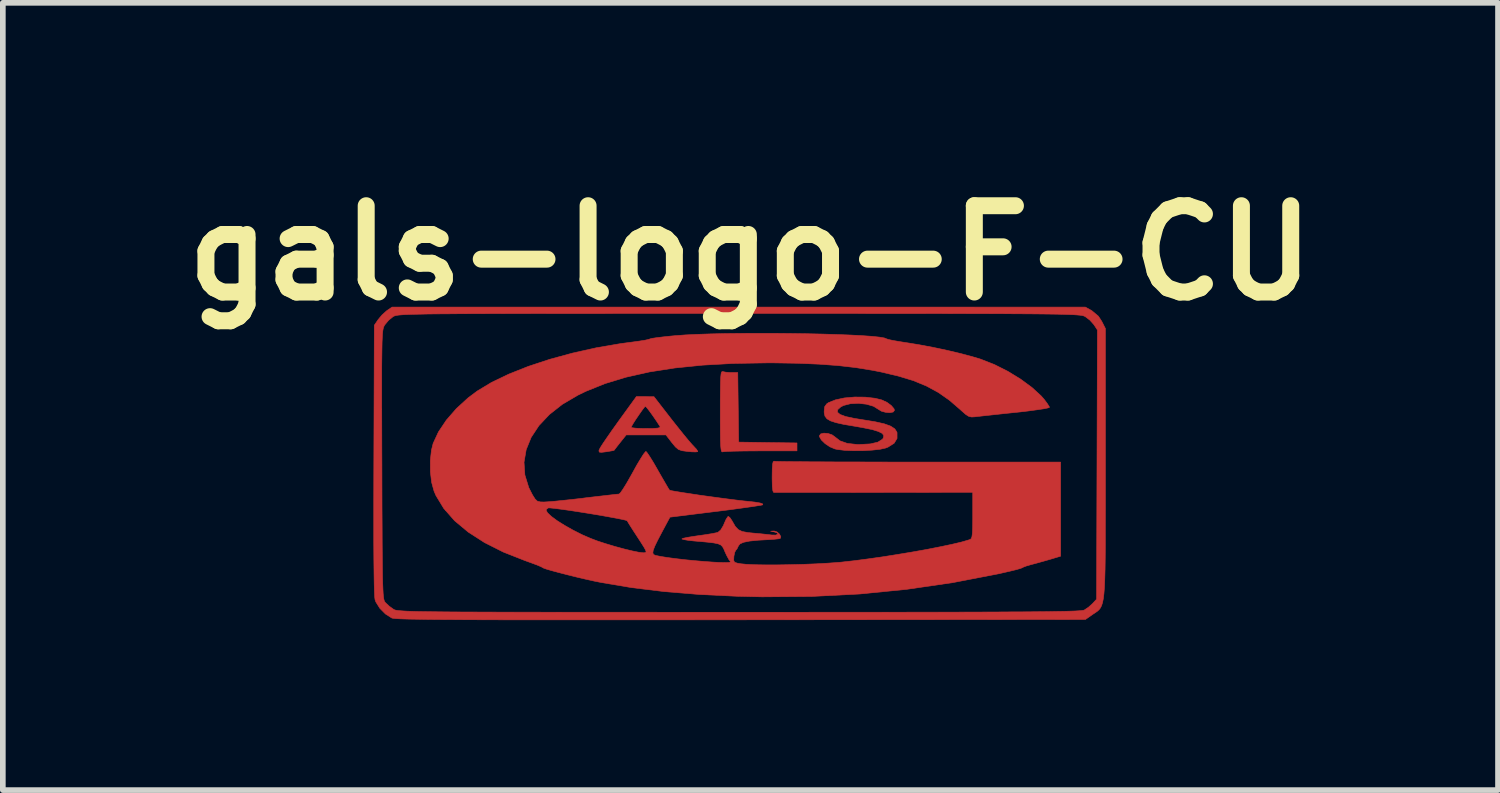
<source format=kicad_pcb>
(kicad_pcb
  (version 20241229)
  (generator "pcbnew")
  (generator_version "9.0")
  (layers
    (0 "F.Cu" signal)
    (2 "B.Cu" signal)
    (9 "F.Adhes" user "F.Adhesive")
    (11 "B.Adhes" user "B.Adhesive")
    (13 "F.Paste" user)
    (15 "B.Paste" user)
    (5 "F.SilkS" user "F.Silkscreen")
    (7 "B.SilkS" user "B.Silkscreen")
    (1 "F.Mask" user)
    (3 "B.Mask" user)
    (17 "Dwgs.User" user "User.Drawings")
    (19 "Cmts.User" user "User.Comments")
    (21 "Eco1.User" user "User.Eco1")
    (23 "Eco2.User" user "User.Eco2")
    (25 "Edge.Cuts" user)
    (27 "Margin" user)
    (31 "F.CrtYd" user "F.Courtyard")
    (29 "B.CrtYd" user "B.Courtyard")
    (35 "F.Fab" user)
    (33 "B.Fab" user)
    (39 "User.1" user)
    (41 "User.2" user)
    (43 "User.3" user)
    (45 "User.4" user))
  (footprint "gals-logo-F-CU"
    (layer "F.Cu")
    (at 10.038 5.139)
    (property "Reference" "gals-logo-F-CU" (at 0.165 -3.721 0) (layer "F.SilkS") (effects (font (size 1.524 1.524) (thickness 0.3))))
    (attr through_hole)
    (fp_poly (pts (xy -0.322 -1.626) (xy -0.266 -1.615) (xy -0.183 -1.609) (xy -0.168 -1.609) (xy -0.058 -1.609) (xy -0.042 -0.381) (xy 0.473 -0.373) (xy 0.988 -0.366) (xy 0.988 -0.226) (xy 0.355 -0.226) (xy 0.17 -0.225) (xy 0.002 -0.223) (xy -0.14 -0.22) (xy -0.247 -0.216) (xy -0.31 -0.211) (xy -0.322 -0.209) (xy -0.336 -0.208) (xy -0.346 -0.222) (xy -0.354 -0.258) (xy -0.36 -0.32) (xy -0.364 -0.415) (xy -0.366 -0.55) (xy -0.367 -0.73) (xy -0.367 -0.917) (xy -0.367 -1.139) (xy -0.365 -1.311) (xy -0.363 -1.438) (xy -0.359 -1.527) (xy -0.353 -1.585) (xy -0.345 -1.616) (xy -0.334 -1.627) (xy -0.322 -1.626)) (stroke (width 0.01) (type solid)) (fill yes) (layer "F.Cu"))
    (fp_poly (pts (xy -1.693 -1.184) (xy -1.538 -1.183) (xy -1.228 -0.783) (xy -1.121 -0.648) (xy -1.021 -0.523) (xy -0.934 -0.417) (xy -0.867 -0.34) (xy -0.834 -0.305) (xy -0.786 -0.253) (xy -0.765 -0.218) (xy -0.766 -0.212) (xy -0.8 -0.207) (xy -0.872 -0.209) (xy -0.948 -0.216) (xy -1.043 -0.229) (xy -1.106 -0.251) (xy -1.158 -0.295) (xy -1.221 -0.371) (xy -1.327 -0.508) (xy -2.028 -0.508) (xy -2.135 -0.374) (xy -2.191 -0.303) (xy -2.23 -0.252) (xy -2.243 -0.235) (xy -2.268 -0.229) (xy -2.333 -0.218) (xy -2.382 -0.21) (xy -2.464 -0.2) (xy -2.502 -0.204) (xy -2.51 -0.224) (xy -2.506 -0.243) (xy -2.486 -0.282) (xy -2.438 -0.358) (xy -2.366 -0.463) (xy -2.278 -0.59) (xy -2.24 -0.643) (xy -1.943 -0.643) (xy -1.921 -0.634) (xy -1.854 -0.626) (xy -1.754 -0.622) (xy -1.68 -0.621) (xy -1.552 -0.622) (xy -1.472 -0.628) (xy -1.434 -0.638) (xy -1.43 -0.655) (xy -1.431 -0.657) (xy -1.495 -0.755) (xy -1.561 -0.851) (xy -1.621 -0.934) (xy -1.667 -0.992) (xy -1.69 -1.014) (xy -1.69 -1.014) (xy -1.711 -0.992) (xy -1.753 -0.936) (xy -1.806 -0.86) (xy -1.861 -0.779) (xy -1.908 -0.705) (xy -1.938 -0.652) (xy -1.943 -0.643) (xy -2.24 -0.643) (xy -2.178 -0.73) (xy -2.171 -0.74) (xy -1.849 -1.184) (xy -1.693 -1.184)) (stroke (width 0.01) (type solid)) (fill yes) (layer "F.Cu"))
    (fp_poly (pts (xy 2.193 -1.175) (xy 2.367 -1.155) (xy 2.484 -1.126) (xy 2.577 -1.083) (xy 2.654 -1.026) (xy 2.702 -0.969) (xy 2.709 -0.941) (xy 2.686 -0.912) (xy 2.627 -0.901) (xy 2.552 -0.907) (xy 2.479 -0.927) (xy 2.429 -0.958) (xy 2.339 -1.014) (xy 2.215 -1.05) (xy 2.073 -1.066) (xy 1.933 -1.059) (xy 1.811 -1.028) (xy 1.762 -1.003) (xy 1.707 -0.954) (xy 1.701 -0.91) (xy 1.747 -0.87) (xy 1.845 -0.833) (xy 1.998 -0.8) (xy 2.159 -0.774) (xy 2.369 -0.74) (xy 2.529 -0.704) (xy 2.642 -0.663) (xy 2.715 -0.615) (xy 2.752 -0.558) (xy 2.755 -0.547) (xy 2.755 -0.445) (xy 2.703 -0.36) (xy 2.598 -0.294) (xy 2.553 -0.276) (xy 2.455 -0.254) (xy 2.316 -0.239) (xy 2.156 -0.23) (xy 1.989 -0.229) (xy 1.834 -0.235) (xy 1.706 -0.25) (xy 1.658 -0.26) (xy 1.57 -0.297) (xy 1.485 -0.354) (xy 1.418 -0.419) (xy 1.384 -0.479) (xy 1.383 -0.491) (xy 1.406 -0.525) (xy 1.463 -0.539) (xy 1.537 -0.533) (xy 1.608 -0.509) (xy 1.654 -0.476) (xy 1.748 -0.403) (xy 1.876 -0.358) (xy 2.047 -0.339) (xy 2.097 -0.339) (xy 2.283 -0.349) (xy 2.416 -0.38) (xy 2.497 -0.431) (xy 2.513 -0.454) (xy 2.521 -0.497) (xy 2.493 -0.535) (xy 2.425 -0.569) (xy 2.312 -0.603) (xy 2.15 -0.636) (xy 2.008 -0.661) (xy 1.818 -0.693) (xy 1.678 -0.724) (xy 1.58 -0.756) (xy 1.517 -0.793) (xy 1.482 -0.839) (xy 1.469 -0.896) (xy 1.468 -0.926) (xy 1.477 -1.006) (xy 1.513 -1.056) (xy 1.545 -1.078) (xy 1.667 -1.127) (xy 1.826 -1.161) (xy 2.007 -1.177) (xy 2.193 -1.175)) (stroke (width 0.01) (type solid)) (fill yes) (layer "F.Cu"))
    (fp_poly (pts (xy 6.082 -2.765) (xy 6.195 -2.702) (xy 6.311 -2.605) (xy 6.371 -2.513) (xy 6.435 -2.387) (xy 6.435 -0.023) (xy 6.435 0.412) (xy 6.435 0.795) (xy 6.434 1.128) (xy 6.434 1.415) (xy 6.432 1.661) (xy 6.429 1.868) (xy 6.424 2.04) (xy 6.418 2.182) (xy 6.409 2.296) (xy 6.398 2.386) (xy 6.384 2.455) (xy 6.367 2.508) (xy 6.347 2.548) (xy 6.323 2.579) (xy 6.296 2.604) (xy 6.264 2.627) (xy 6.227 2.651) (xy 6.212 2.661) (xy 6.082 2.752) (xy 0 2.758) (xy -0.709 2.758) (xy -1.363 2.759) (xy -1.964 2.759) (xy -2.516 2.759) (xy -3.019 2.759) (xy -3.476 2.759) (xy -3.889 2.759) (xy -4.259 2.758) (xy -4.59 2.757) (xy -4.882 2.756) (xy -5.139 2.754) (xy -5.361 2.753) (xy -5.551 2.751) (xy -5.712 2.748) (xy -5.845 2.746) (xy -5.952 2.743) (xy -6.035 2.74) (xy -6.097 2.736) (xy -6.138 2.732) (xy -6.163 2.728) (xy -6.168 2.726) (xy -6.28 2.655) (xy -6.38 2.554) (xy -6.45 2.442) (xy -6.464 2.404) (xy -6.47 2.358) (xy -6.475 2.265) (xy -6.479 2.123) (xy -6.482 1.931) (xy -6.485 1.689) (xy -6.487 1.395) (xy -6.487 1.048) (xy -6.487 0.648) (xy -6.486 0.192) (xy -6.485 -0.073) (xy -6.481 -1.255) (xy -6.346 -1.255) (xy -6.346 -0.963) (xy -6.345 -0.624) (xy -6.344 -0.234) (xy -6.343 0.018) (xy -6.342 0.439) (xy -6.341 0.807) (xy -6.339 1.126) (xy -6.338 1.4) (xy -6.336 1.632) (xy -6.334 1.825) (xy -6.332 1.984) (xy -6.329 2.112) (xy -6.325 2.213) (xy -6.321 2.29) (xy -6.316 2.347) (xy -6.31 2.388) (xy -6.303 2.416) (xy -6.295 2.436) (xy -6.285 2.449) (xy -6.279 2.456) (xy -6.214 2.517) (xy -6.138 2.572) (xy -6.127 2.578) (xy -6.113 2.584) (xy -6.092 2.589) (xy -6.064 2.593) (xy -6.025 2.597) (xy -5.973 2.601) (xy -5.907 2.605) (xy -5.823 2.608) (xy -5.72 2.611) (xy -5.596 2.613) (xy -5.447 2.615) (xy -5.273 2.617) (xy -5.07 2.619) (xy -4.836 2.62) (xy -4.569 2.621) (xy -4.267 2.622) (xy -3.928 2.623) (xy -3.549 2.623) (xy -3.128 2.624) (xy -2.663 2.624) (xy -2.151 2.624) (xy -1.59 2.624) (xy -0.979 2.625) (xy -0.314 2.625) (xy -0.034 2.625) (xy 0.665 2.625) (xy 1.309 2.624) (xy 1.901 2.624) (xy 2.443 2.624) (xy 2.937 2.623) (xy 3.385 2.623) (xy 3.789 2.622) (xy 4.152 2.621) (xy 4.476 2.62) (xy 4.762 2.618) (xy 5.013 2.617) (xy 5.232 2.615) (xy 5.419 2.613) (xy 5.577 2.61) (xy 5.709 2.608) (xy 5.817 2.605) (xy 5.902 2.602) (xy 5.967 2.598) (xy 6.013 2.594) (xy 6.044 2.59) (xy 6.061 2.586) (xy 6.062 2.585) (xy 6.136 2.536) (xy 6.208 2.471) (xy 6.209 2.47) (xy 6.279 2.394) (xy 6.294 -2.361) (xy 6.23 -2.458) (xy 6.161 -2.535) (xy 6.078 -2.598) (xy 6.067 -2.603) (xy 6.054 -2.609) (xy 6.035 -2.614) (xy 6.01 -2.619) (xy 5.975 -2.623) (xy 5.928 -2.627) (xy 5.867 -2.631) (xy 5.789 -2.634) (xy 5.693 -2.637) (xy 5.577 -2.64) (xy 5.437 -2.642) (xy 5.272 -2.644) (xy 5.079 -2.646) (xy 4.857 -2.647) (xy 4.602 -2.649) (xy 4.314 -2.65) (xy 3.988 -2.65) (xy 3.624 -2.651) (xy 3.218 -2.652) (xy 2.769 -2.652) (xy 2.274 -2.652) (xy 1.732 -2.653) (xy 1.139 -2.653) (xy 0.494 -2.653) (xy -0.042 -2.653) (xy -0.728 -2.653) (xy -1.359 -2.653) (xy -1.939 -2.653) (xy -2.469 -2.652) (xy -2.952 -2.652) (xy -3.389 -2.652) (xy -3.784 -2.651) (xy -4.138 -2.651) (xy -4.453 -2.65) (xy -4.733 -2.649) (xy -4.979 -2.648) (xy -5.193 -2.646) (xy -5.379 -2.645) (xy -5.537 -2.643) (xy -5.67 -2.64) (xy -5.781 -2.638) (xy -5.872 -2.635) (xy -5.945 -2.632) (xy -6.003 -2.628) (xy -6.047 -2.624) (xy -6.08 -2.619) (xy -6.104 -2.614) (xy -6.121 -2.609) (xy -6.134 -2.603) (xy -6.146 -2.597) (xy -6.146 -2.597) (xy -6.225 -2.532) (xy -6.292 -2.452) (xy -6.294 -2.449) (xy -6.304 -2.431) (xy -6.313 -2.411) (xy -6.32 -2.385) (xy -6.327 -2.348) (xy -6.332 -2.298) (xy -6.336 -2.231) (xy -6.34 -2.143) (xy -6.342 -2.029) (xy -6.344 -1.888) (xy -6.346 -1.714) (xy -6.346 -1.504) (xy -6.346 -1.255) (xy -6.481 -1.255) (xy -6.477 -2.445) (xy -6.409 -2.545) (xy -6.341 -2.626) (xy -6.264 -2.696) (xy -6.252 -2.705) (xy -6.163 -2.766) (xy 6.082 -2.765)) (stroke (width 0.01) (type solid)) (fill yes) (layer "F.Cu"))
    (fp_poly (pts (xy 0.58 -2.302) (xy 0.873 -2.299) (xy 1.16 -2.295) (xy 1.435 -2.289) (xy 1.694 -2.281) (xy 1.929 -2.272) (xy 2.137 -2.261) (xy 2.31 -2.249) (xy 2.443 -2.235) (xy 2.532 -2.22) (xy 2.568 -2.205) (xy 2.6 -2.194) (xy 2.677 -2.177) (xy 2.786 -2.158) (xy 2.918 -2.137) (xy 2.921 -2.137) (xy 3.148 -2.1) (xy 3.393 -2.054) (xy 3.642 -2.001) (xy 3.879 -1.945) (xy 4.088 -1.889) (xy 4.231 -1.846) (xy 4.471 -1.752) (xy 4.71 -1.632) (xy 4.936 -1.494) (xy 5.136 -1.347) (xy 5.299 -1.198) (xy 5.355 -1.134) (xy 5.407 -1.064) (xy 5.441 -1.011) (xy 5.447 -0.994) (xy 5.42 -0.984) (xy 5.345 -0.969) (xy 5.231 -0.952) (xy 5.084 -0.932) (xy 4.914 -0.912) (xy 4.847 -0.905) (xy 4.662 -0.886) (xy 4.488 -0.867) (xy 4.338 -0.851) (xy 4.22 -0.838) (xy 4.145 -0.83) (xy 4.135 -0.828) (xy 4.073 -0.824) (xy 4.023 -0.835) (xy 3.97 -0.868) (xy 3.898 -0.931) (xy 3.866 -0.96) (xy 3.679 -1.121) (xy 3.485 -1.257) (xy 3.277 -1.37) (xy 3.045 -1.466) (xy 2.778 -1.547) (xy 2.469 -1.62) (xy 2.321 -1.649) (xy 2.032 -1.696) (xy 1.722 -1.732) (xy 1.383 -1.757) (xy 1.007 -1.773) (xy 0.585 -1.78) (xy 0.452 -1.78) (xy -0.138 -1.77) (xy -0.677 -1.74) (xy -1.17 -1.69) (xy -1.619 -1.62) (xy -2.028 -1.528) (xy -2.4 -1.415) (xy -2.738 -1.279) (xy -2.879 -1.211) (xy -3.155 -1.049) (xy -3.385 -0.868) (xy -3.57 -0.672) (xy -3.707 -0.464) (xy -3.795 -0.247) (xy -3.833 -0.025) (xy -3.818 0.2) (xy -3.749 0.423) (xy -3.684 0.551) (xy -3.637 0.625) (xy -3.597 0.663) (xy -3.541 0.676) (xy -3.477 0.677) (xy -3.408 0.673) (xy -3.295 0.664) (xy -3.147 0.649) (xy -2.976 0.631) (xy -2.793 0.61) (xy -2.766 0.606) (xy -2.59 0.585) (xy -2.432 0.567) (xy -2.302 0.552) (xy -2.207 0.541) (xy -2.158 0.537) (xy -2.153 0.536) (xy -2.129 0.513) (xy -2.084 0.448) (xy -2.023 0.35) (xy -1.953 0.227) (xy -1.913 0.156) (xy -1.841 0.025) (xy -1.775 -0.085) (xy -1.723 -0.167) (xy -1.688 -0.211) (xy -1.679 -0.216) (xy -1.656 -0.19) (xy -1.611 -0.123) (xy -1.551 -0.026) (xy -1.482 0.093) (xy -1.466 0.122) (xy -1.396 0.244) (xy -1.335 0.349) (xy -1.29 0.426) (xy -1.265 0.465) (xy -1.263 0.468) (xy -1.231 0.477) (xy -1.152 0.491) (xy -1.036 0.51) (xy -0.891 0.532) (xy -0.727 0.557) (xy -0.552 0.581) (xy -0.376 0.605) (xy -0.209 0.627) (xy -0.058 0.646) (xy 0.066 0.66) (xy 0.099 0.663) (xy 0.246 0.679) (xy 0.339 0.695) (xy 0.383 0.712) (xy 0.383 0.727) (xy 0.352 0.734) (xy 0.272 0.747) (xy 0.151 0.765) (xy -0.006 0.787) (xy -0.189 0.812) (xy -0.393 0.838) (xy -0.444 0.844) (xy -1.256 0.945) (xy -1.392 1.199) (xy -1.471 1.349) (xy -1.524 1.458) (xy -1.552 1.532) (xy -1.558 1.579) (xy -1.543 1.606) (xy -1.512 1.62) (xy -1.418 1.639) (xy -1.293 1.659) (xy -1.146 1.678) (xy -0.985 1.697) (xy -0.819 1.713) (xy -0.656 1.727) (xy -0.505 1.738) (xy -0.374 1.745) (xy -0.271 1.747) (xy -0.205 1.744) (xy -0.184 1.734) (xy -0.187 1.731) (xy -0.215 1.693) (xy -0.254 1.621) (xy -0.281 1.563) (xy -0.305 1.506) (xy -0.328 1.465) (xy -0.359 1.435) (xy -0.407 1.415) (xy -0.48 1.4) (xy -0.588 1.387) (xy -0.739 1.373) (xy -0.826 1.366) (xy -0.928 1.355) (xy -1.005 1.342) (xy -1.043 1.331) (xy -1.044 1.328) (xy -1.018 1.317) (xy -0.948 1.302) (xy -0.844 1.285) (xy -0.755 1.272) (xy -0.627 1.254) (xy -0.516 1.236) (xy -0.435 1.22) (xy -0.407 1.212) (xy -0.359 1.171) (xy -0.312 1.093) (xy -0.299 1.061) (xy -0.266 0.986) (xy -0.236 0.939) (xy -0.224 0.931) (xy -0.196 0.954) (xy -0.159 1.009) (xy -0.153 1.02) (xy -0.102 1.108) (xy -0.049 1.165) (xy 0.02 1.198) (xy 0.121 1.217) (xy 0.212 1.226) (xy 0.335 1.237) (xy 0.451 1.249) (xy 0.536 1.259) (xy 0.543 1.26) (xy 0.613 1.261) (xy 0.648 1.247) (xy 0.642 1.225) (xy 0.586 1.205) (xy 0.586 1.205) (xy 0.522 1.193) (xy 0.585 1.189) (xy 0.634 1.205) (xy 0.679 1.244) (xy 0.702 1.29) (xy 0.695 1.318) (xy 0.661 1.327) (xy 0.587 1.335) (xy 0.502 1.341) (xy 0.301 1.352) (xy 0.152 1.367) (xy 0.047 1.388) (xy -0.016 1.415) (xy -0.045 1.449) (xy -0.045 1.45) (xy -0.072 1.506) (xy -0.091 1.527) (xy -0.111 1.564) (xy -0.126 1.633) (xy -0.127 1.646) (xy -0.13 1.707) (xy -0.115 1.74) (xy -0.068 1.757) (xy -0.005 1.768) (xy 0.097 1.778) (xy 0.246 1.785) (xy 0.43 1.788) (xy 0.641 1.788) (xy 0.867 1.784) (xy 1.099 1.778) (xy 1.327 1.769) (xy 1.54 1.757) (xy 1.729 1.743) (xy 1.774 1.739) (xy 1.997 1.714) (xy 2.243 1.682) (xy 2.503 1.645) (xy 2.768 1.603) (xy 3.032 1.559) (xy 3.284 1.514) (xy 3.517 1.468) (xy 3.722 1.425) (xy 3.891 1.385) (xy 4.015 1.349) (xy 4.048 1.337) (xy 4.066 1.323) (xy 4.078 1.289) (xy 4.086 1.229) (xy 4.09 1.132) (xy 4.092 0.991) (xy 4.092 0.913) (xy 4.092 0.506) (xy 2.349 0.508) (xy 2.041 0.508) (xy 1.748 0.509) (xy 1.477 0.509) (xy 1.233 0.509) (xy 1.02 0.509) (xy 0.842 0.509) (xy 0.707 0.509) (xy 0.617 0.509) (xy 0.578 0.509) (xy 0.577 0.509) (xy 0.562 0.481) (xy 0.552 0.401) (xy 0.549 0.272) (xy 0.549 0.226) (xy 0.551 0.094) (xy 0.557 0.01) (xy 0.567 -0.033) (xy 0.584 -0.044) (xy 0.588 -0.043) (xy 0.621 -0.04) (xy 0.707 -0.038) (xy 0.841 -0.036) (xy 1.019 -0.035) (xy 1.237 -0.033) (xy 1.491 -0.032) (xy 1.777 -0.03) (xy 2.091 -0.03) (xy 2.428 -0.029) (xy 2.786 -0.028) (xy 3.135 -0.028) (xy 5.644 -0.028) (xy 5.644 1.634) (xy 5.454 1.691) (xy 5.331 1.726) (xy 5.205 1.761) (xy 5.122 1.783) (xy 5.039 1.807) (xy 4.982 1.829) (xy 4.967 1.838) (xy 4.936 1.85) (xy 4.86 1.872) (xy 4.749 1.899) (xy 4.613 1.93) (xy 4.558 1.943) (xy 3.739 2.101) (xy 2.921 2.22) (xy 2.094 2.302) (xy 1.247 2.345) (xy 0.371 2.352) (xy -0.071 2.342) (xy -0.726 2.311) (xy -1.35 2.26) (xy -1.934 2.189) (xy -2.469 2.099) (xy -2.598 2.073) (xy -2.746 2.04) (xy -2.904 2.003) (xy -3.061 1.964) (xy -3.208 1.926) (xy -3.335 1.892) (xy -3.432 1.864) (xy -3.489 1.844) (xy -3.499 1.838) (xy -3.53 1.821) (xy -3.603 1.79) (xy -3.708 1.751) (xy -3.824 1.709) (xy -4.199 1.561) (xy -4.532 1.393) (xy -4.819 1.208) (xy -5.06 1.007) (xy -5.224 0.82) (xy -3.443 0.82) (xy -3.419 0.867) (xy -3.35 0.932) (xy -3.247 1.008) (xy -3.116 1.09) (xy -2.967 1.174) (xy -2.807 1.255) (xy -2.657 1.32) (xy -2.533 1.367) (xy -2.385 1.415) (xy -2.225 1.463) (xy -2.067 1.506) (xy -1.922 1.541) (xy -1.804 1.565) (xy -1.725 1.574) (xy -1.72 1.574) (xy -1.691 1.571) (xy -1.677 1.559) (xy -1.684 1.531) (xy -1.713 1.477) (xy -1.768 1.39) (xy -1.826 1.301) (xy -1.897 1.192) (xy -1.956 1.1) (xy -1.996 1.035) (xy -2.011 1.009) (xy -2.039 0.998) (xy -2.115 0.981) (xy -2.228 0.959) (xy -2.369 0.933) (xy -2.529 0.905) (xy -2.699 0.877) (xy -2.869 0.85) (xy -3.031 0.825) (xy -3.175 0.805) (xy -3.291 0.79) (xy -3.372 0.782) (xy -3.406 0.782) (xy -3.44 0.809) (xy -3.443 0.82) (xy -5.224 0.82) (xy -5.25 0.791) (xy -5.388 0.564) (xy -5.422 0.485) (xy -5.465 0.329) (xy -5.487 0.142) (xy -5.488 -0.055) (xy -5.468 -0.238) (xy -5.438 -0.358) (xy -5.344 -0.561) (xy -5.204 -0.77) (xy -5.027 -0.973) (xy -4.822 -1.161) (xy -4.662 -1.281) (xy -4.407 -1.435) (xy -4.103 -1.581) (xy -3.758 -1.718) (xy -3.379 -1.843) (xy -2.976 -1.953) (xy -2.555 -2.047) (xy -2.124 -2.121) (xy -1.918 -2.148) (xy -1.795 -2.165) (xy -1.694 -2.181) (xy -1.628 -2.196) (xy -1.609 -2.203) (xy -1.577 -2.212) (xy -1.499 -2.224) (xy -1.385 -2.238) (xy -1.244 -2.253) (xy -1.157 -2.261) (xy -0.982 -2.274) (xy -0.773 -2.284) (xy -0.536 -2.292) (xy -0.277 -2.298) (xy -0.00028 -2.301) (xy 0.287 -2.302) (xy 0.58 -2.302)) (stroke (width 0.01) (type solid)) (fill yes) (layer "F.Cu")))
  (gr_rect
    (start -3 -3)
    (end 23.407 10.904)
    (stroke (width 0.1) (type default))
    (fill no)
    (layer "Edge.Cuts")))
</source>
